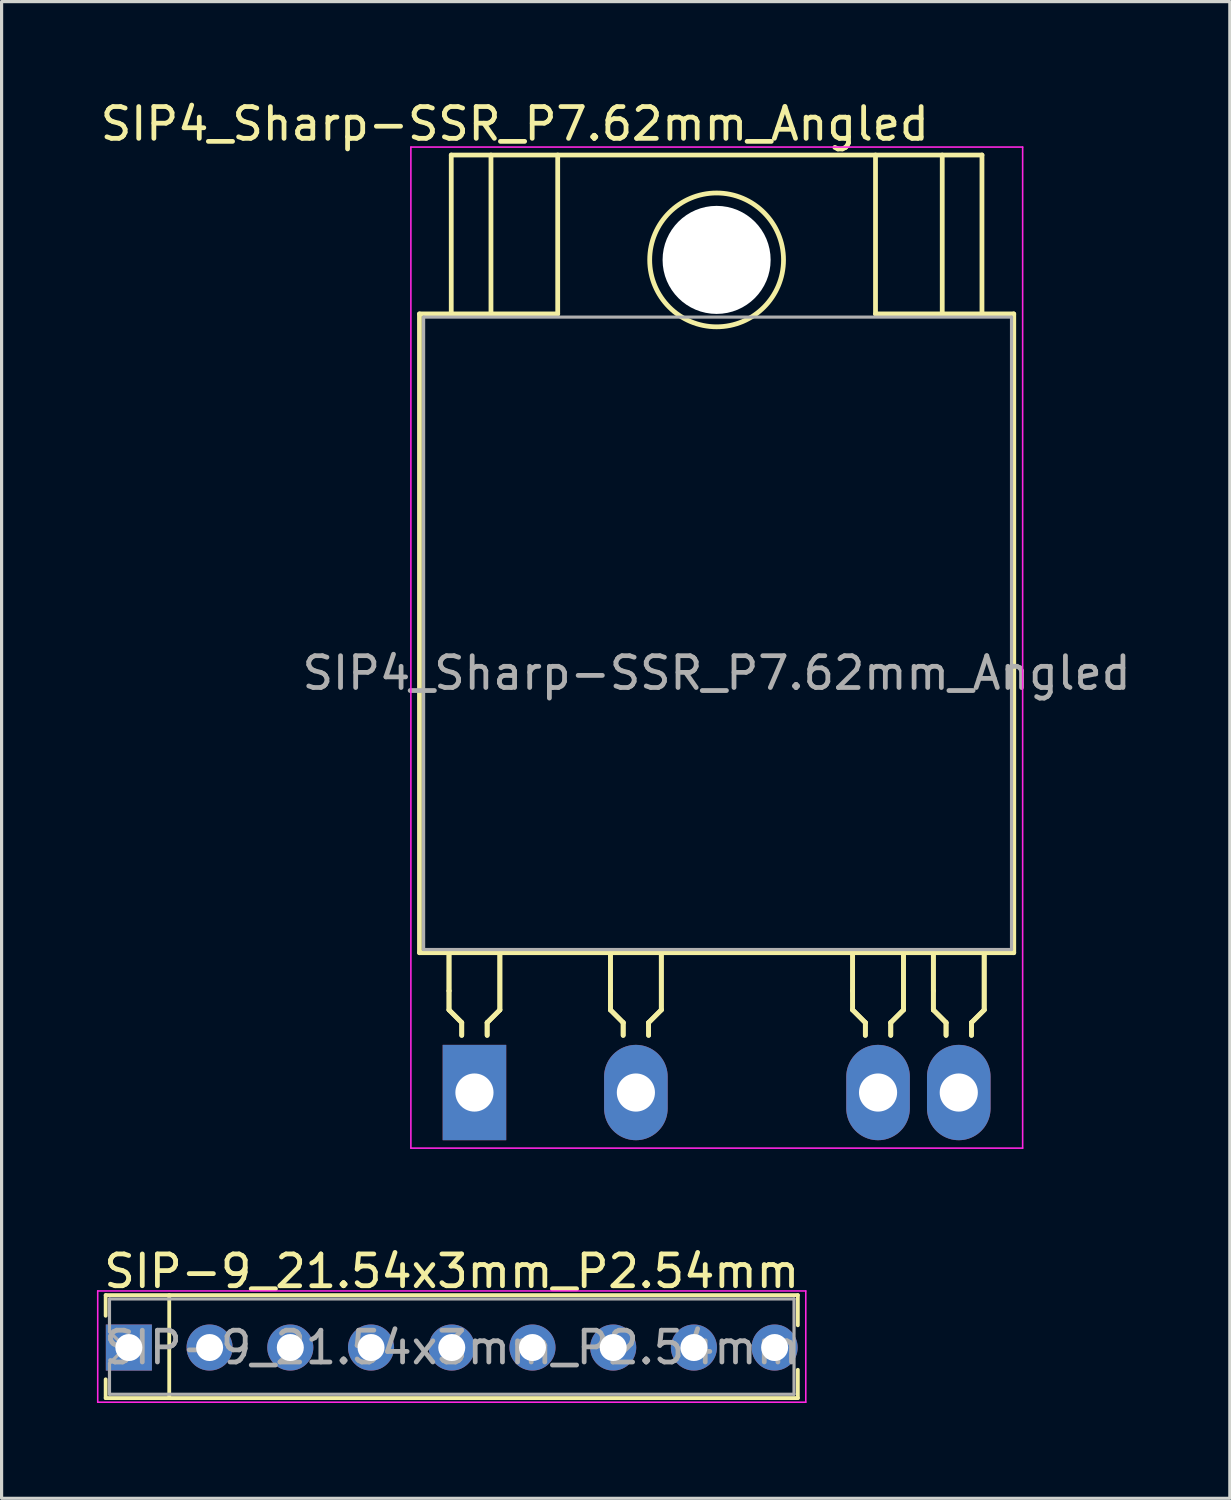
<source format=kicad_pcb>
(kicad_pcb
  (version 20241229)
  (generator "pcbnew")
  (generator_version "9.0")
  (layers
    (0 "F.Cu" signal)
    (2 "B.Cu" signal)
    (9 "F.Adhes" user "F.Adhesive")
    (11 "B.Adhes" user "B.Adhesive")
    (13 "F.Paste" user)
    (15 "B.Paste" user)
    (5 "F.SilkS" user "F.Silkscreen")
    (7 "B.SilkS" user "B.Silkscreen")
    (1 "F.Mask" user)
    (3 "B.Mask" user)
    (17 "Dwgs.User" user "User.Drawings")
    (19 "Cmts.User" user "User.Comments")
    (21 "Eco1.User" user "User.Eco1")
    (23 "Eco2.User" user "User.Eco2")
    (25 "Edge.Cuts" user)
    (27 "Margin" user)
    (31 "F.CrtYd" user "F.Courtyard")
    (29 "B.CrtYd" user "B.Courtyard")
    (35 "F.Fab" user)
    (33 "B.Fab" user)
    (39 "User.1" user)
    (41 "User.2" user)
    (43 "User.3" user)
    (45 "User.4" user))
  (footprint "SIP4_Sharp-SSR_P7.62mm_Angled"
    (layer "F.Cu")
    (at 11.879 31.328)
    (property "Reference" "SIP4_Sharp-SSR_P7.62mm_Angled" (at 1.27 -30.48 0) (layer "F.SilkS") (effects (font (size 1 1) (thickness 0.15))))
    (attr through_hole)
    (fp_line (start -1.73 -24.5) (end 2.62 -24.5) (stroke (width 0.15) (type solid)) (layer "F.SilkS"))
    (fp_line (start -1.73 -4.4) (end -1.73 -24.5) (stroke (width 0.15) (type solid)) (layer "F.SilkS"))
    (fp_line (start -0.8 -3.2) (end -0.8 -4.4) (stroke (width 0.15) (type solid)) (layer "F.SilkS"))
    (fp_line (start -0.8 -3.2) (end -0.8 -4.4) (stroke (width 0.15) (type solid)) (layer "F.SilkS"))
    (fp_line (start -0.8 -2.6) (end -0.8 -3.2) (stroke (width 0.15) (type solid)) (layer "F.SilkS"))
    (fp_line (start -0.8 -2.6) (end -0.8 -3.2) (stroke (width 0.15) (type solid)) (layer "F.SilkS"))
    (fp_line (start -0.73 -29.5) (end 15.97 -29.5) (stroke (width 0.15) (type solid)) (layer "F.SilkS"))
    (fp_line (start -0.73 -24.5) (end -0.73 -29.5) (stroke (width 0.15) (type solid)) (layer "F.SilkS"))
    (fp_line (start -0.4 -2.2) (end -0.8 -2.6) (stroke (width 0.15) (type solid)) (layer "F.SilkS"))
    (fp_line (start -0.4 -2.2) (end -0.8 -2.6) (stroke (width 0.15) (type solid)) (layer "F.SilkS"))
    (fp_line (start -0.4 -2.2) (end -0.4 -1.8) (stroke (width 0.15) (type solid)) (layer "F.SilkS"))
    (fp_line (start -0.4 -2.2) (end -0.4 -1.8) (stroke (width 0.15) (type solid)) (layer "F.SilkS"))
    (fp_line (start 0.4 -2.2) (end 0.8 -2.6) (stroke (width 0.15) (type solid)) (layer "F.SilkS"))
    (fp_line (start 0.4 -2.2) (end 0.8 -2.6) (stroke (width 0.15) (type solid)) (layer "F.SilkS"))
    (fp_line (start 0.4 -1.8) (end 0.4 -2.2) (stroke (width 0.15) (type solid)) (layer "F.SilkS"))
    (fp_line (start 0.4 -1.8) (end 0.4 -2.2) (stroke (width 0.15) (type solid)) (layer "F.SilkS"))
    (fp_line (start 0.52 -24.5) (end 0.52 -29.5) (stroke (width 0.15) (type solid)) (layer "F.SilkS"))
    (fp_line (start 0.8 -2.6) (end 0.8 -4.4) (stroke (width 0.15) (type solid)) (layer "F.SilkS"))
    (fp_line (start 0.8 -2.6) (end 0.8 -4.4) (stroke (width 0.15) (type solid)) (layer "F.SilkS"))
    (fp_line (start 2.62 -29.5) (end 2.62 -24.5) (stroke (width 0.15) (type solid)) (layer "F.SilkS"))
    (fp_line (start 4.28 -3.2) (end 4.28 -4.4) (stroke (width 0.15) (type solid)) (layer "F.SilkS"))
    (fp_line (start 4.28 -3.2) (end 4.28 -4.4) (stroke (width 0.15) (type solid)) (layer "F.SilkS"))
    (fp_line (start 4.28 -2.6) (end 4.28 -3.2) (stroke (width 0.15) (type solid)) (layer "F.SilkS"))
    (fp_line (start 4.28 -2.6) (end 4.28 -3.2) (stroke (width 0.15) (type solid)) (layer "F.SilkS"))
    (fp_line (start 4.68 -2.2) (end 4.28 -2.6) (stroke (width 0.15) (type solid)) (layer "F.SilkS"))
    (fp_line (start 4.68 -2.2) (end 4.28 -2.6) (stroke (width 0.15) (type solid)) (layer "F.SilkS"))
    (fp_line (start 4.68 -2.2) (end 4.68 -1.8) (stroke (width 0.15) (type solid)) (layer "F.SilkS"))
    (fp_line (start 4.68 -2.2) (end 4.68 -1.8) (stroke (width 0.15) (type solid)) (layer "F.SilkS"))
    (fp_line (start 5.48 -2.2) (end 5.88 -2.6) (stroke (width 0.15) (type solid)) (layer "F.SilkS"))
    (fp_line (start 5.48 -2.2) (end 5.88 -2.6) (stroke (width 0.15) (type solid)) (layer "F.SilkS"))
    (fp_line (start 5.48 -1.8) (end 5.48 -2.2) (stroke (width 0.15) (type solid)) (layer "F.SilkS"))
    (fp_line (start 5.48 -1.8) (end 5.48 -2.2) (stroke (width 0.15) (type solid)) (layer "F.SilkS"))
    (fp_line (start 5.88 -2.6) (end 5.88 -4.4) (stroke (width 0.15) (type solid)) (layer "F.SilkS"))
    (fp_line (start 5.88 -2.6) (end 5.88 -4.4) (stroke (width 0.15) (type solid)) (layer "F.SilkS"))
    (fp_line (start 11.9 -3.2) (end 11.9 -4.4) (stroke (width 0.15) (type solid)) (layer "F.SilkS"))
    (fp_line (start 11.9 -3.2) (end 11.9 -4.4) (stroke (width 0.15) (type solid)) (layer "F.SilkS"))
    (fp_line (start 11.9 -2.6) (end 11.9 -3.2) (stroke (width 0.15) (type solid)) (layer "F.SilkS"))
    (fp_line (start 11.9 -2.6) (end 11.9 -3.2) (stroke (width 0.15) (type solid)) (layer "F.SilkS"))
    (fp_line (start 12.3 -2.2) (end 11.9 -2.6) (stroke (width 0.15) (type solid)) (layer "F.SilkS"))
    (fp_line (start 12.3 -2.2) (end 11.9 -2.6) (stroke (width 0.15) (type solid)) (layer "F.SilkS"))
    (fp_line (start 12.3 -2.2) (end 12.3 -1.8) (stroke (width 0.15) (type solid)) (layer "F.SilkS"))
    (fp_line (start 12.3 -2.2) (end 12.3 -1.8) (stroke (width 0.15) (type solid)) (layer "F.SilkS"))
    (fp_line (start 12.62 -29.5) (end 12.62 -24.5) (stroke (width 0.15) (type solid)) (layer "F.SilkS"))
    (fp_line (start 12.62 -24.5) (end 16.97 -24.5) (stroke (width 0.15) (type solid)) (layer "F.SilkS"))
    (fp_line (start 13.1 -2.2) (end 13.5 -2.6) (stroke (width 0.15) (type solid)) (layer "F.SilkS"))
    (fp_line (start 13.1 -2.2) (end 13.5 -2.6) (stroke (width 0.15) (type solid)) (layer "F.SilkS"))
    (fp_line (start 13.1 -1.8) (end 13.1 -2.2) (stroke (width 0.15) (type solid)) (layer "F.SilkS"))
    (fp_line (start 13.1 -1.8) (end 13.1 -2.2) (stroke (width 0.15) (type solid)) (layer "F.SilkS"))
    (fp_line (start 13.5 -2.6) (end 13.5 -4.4) (stroke (width 0.15) (type solid)) (layer "F.SilkS"))
    (fp_line (start 13.5 -2.6) (end 13.5 -4.4) (stroke (width 0.15) (type solid)) (layer "F.SilkS"))
    (fp_line (start 14.44 -3.2) (end 14.44 -4.4) (stroke (width 0.15) (type solid)) (layer "F.SilkS"))
    (fp_line (start 14.44 -3.2) (end 14.44 -4.4) (stroke (width 0.15) (type solid)) (layer "F.SilkS"))
    (fp_line (start 14.44 -2.6) (end 14.44 -3.2) (stroke (width 0.15) (type solid)) (layer "F.SilkS"))
    (fp_line (start 14.44 -2.6) (end 14.44 -3.2) (stroke (width 0.15) (type solid)) (layer "F.SilkS"))
    (fp_line (start 14.72 -24.5) (end 14.72 -29.5) (stroke (width 0.15) (type solid)) (layer "F.SilkS"))
    (fp_line (start 14.84 -2.2) (end 14.44 -2.6) (stroke (width 0.15) (type solid)) (layer "F.SilkS"))
    (fp_line (start 14.84 -2.2) (end 14.44 -2.6) (stroke (width 0.15) (type solid)) (layer "F.SilkS"))
    (fp_line (start 14.84 -2.2) (end 14.84 -1.8) (stroke (width 0.15) (type solid)) (layer "F.SilkS"))
    (fp_line (start 14.84 -2.2) (end 14.84 -1.8) (stroke (width 0.15) (type solid)) (layer "F.SilkS"))
    (fp_line (start 15.64 -2.2) (end 16.04 -2.6) (stroke (width 0.15) (type solid)) (layer "F.SilkS"))
    (fp_line (start 15.64 -2.2) (end 16.04 -2.6) (stroke (width 0.15) (type solid)) (layer "F.SilkS"))
    (fp_line (start 15.64 -1.8) (end 15.64 -2.2) (stroke (width 0.15) (type solid)) (layer "F.SilkS"))
    (fp_line (start 15.64 -1.8) (end 15.64 -2.2) (stroke (width 0.15) (type solid)) (layer "F.SilkS"))
    (fp_line (start 15.97 -24.5) (end 15.97 -29.5) (stroke (width 0.15) (type solid)) (layer "F.SilkS"))
    (fp_line (start 16.04 -2.6) (end 16.04 -4.4) (stroke (width 0.15) (type solid)) (layer "F.SilkS"))
    (fp_line (start 16.04 -2.6) (end 16.04 -4.4) (stroke (width 0.15) (type solid)) (layer "F.SilkS"))
    (fp_line (start 16.97 -24.5) (end 16.97 -4.4) (stroke (width 0.15) (type solid)) (layer "F.SilkS"))
    (fp_line (start 16.97 -4.4) (end -1.73 -4.4) (stroke (width 0.15) (type solid)) (layer "F.SilkS"))
    (fp_circle (center 7.62 -26.2) (end 9.35 -27.4) (stroke (width 0.15) (type solid)) (fill no) (layer "F.SilkS"))
    (fp_line (start -2 -29.75) (end 17.25 -29.75) (stroke (width 0.05) (type solid)) (layer "F.CrtYd"))
    (fp_line (start -2 1.75) (end -2 -29.75) (stroke (width 0.05) (type solid)) (layer "F.CrtYd"))
    (fp_line (start 17.25 -29.75) (end 17.25 1.75) (stroke (width 0.05) (type solid)) (layer "F.CrtYd"))
    (fp_line (start 17.25 1.75) (end -2 1.75) (stroke (width 0.05) (type solid)) (layer "F.CrtYd"))
    (fp_line (start -1.6 -24.4) (end 16.9 -24.4) (stroke (width 0.1) (type solid)) (layer "F.Fab"))
    (fp_line (start -1.6 -4.5) (end -1.6 -24.4) (stroke (width 0.1) (type solid)) (layer "F.Fab"))
    (fp_line (start 16.9 -24.4) (end 16.9 -4.5) (stroke (width 0.1) (type solid)) (layer "F.Fab"))
    (fp_line (start 16.9 -4.5) (end -1.6 -4.5) (stroke (width 0.1) (type solid)) (layer "F.Fab"))
    (fp_text user "${REFERENCE}" (at 7.62 -13.2 0) (layer "F.Fab") (effects (font (size 1 1) (thickness 0.15))))
    (pad "" np_thru_hole circle (at 7.62 -26.2) (size 3.4 3.4) (drill 3.4) (layers "*.Cu" "*.Mask"))
    (pad "1" thru_hole rect (at 0 0) (size 2 3) (drill 1.2) (layers "*.Cu" "*.Mask"))
    (pad "2" thru_hole oval (at 5.08 0) (size 2 3) (drill 1.2) (layers "*.Cu" "*.Mask"))
    (pad "3" thru_hole oval (at 12.7 0) (size 2 3) (drill 1.2) (layers "*.Cu" "*.Mask"))
    (pad "4" thru_hole oval (at 15.24 0) (size 2 3) (drill 1.2) (layers "*.Cu" "*.Mask")))
  (footprint "SIP-9_21.54x3mm_P2.54mm"
    (layer "F.Cu")
    (at 1.005 39.352)
    (property "Reference" "SIP-9_21.54x3mm_P2.54mm" (at 10.16 -2.4 0) (layer "F.SilkS") (effects (font (size 1 1) (thickness 0.15))))
    (attr through_hole)
    (fp_line (start -0.73 -1.65) (end -0.73 -1) (stroke (width 0.12) (type solid)) (layer "F.SilkS"))
    (fp_line (start -0.73 1.59) (end -0.73 1) (stroke (width 0.12) (type solid)) (layer "F.SilkS"))
    (fp_line (start 1.27 1.59) (end 1.27 -1.65) (stroke (width 0.12) (type solid)) (layer "F.SilkS"))
    (fp_line (start 21.05 -1.65) (end -0.73 -1.65) (stroke (width 0.12) (type solid)) (layer "F.SilkS"))
    (fp_line (start 21.05 -1.65) (end 21.05 -0.7) (stroke (width 0.12) (type solid)) (layer "F.SilkS"))
    (fp_line (start 21.05 1.59) (end -0.73 1.59) (stroke (width 0.12) (type solid)) (layer "F.SilkS"))
    (fp_line (start 21.05 1.59) (end 21.05 0.7) (stroke (width 0.12) (type solid)) (layer "F.SilkS"))
    (fp_line (start -0.98 -1.78) (end 21.3 -1.78) (stroke (width 0.05) (type solid)) (layer "F.CrtYd"))
    (fp_line (start -0.98 1.72) (end -0.98 -1.78) (stroke (width 0.05) (type solid)) (layer "F.CrtYd"))
    (fp_line (start 21.3 -1.78) (end 21.3 1.72) (stroke (width 0.05) (type solid)) (layer "F.CrtYd"))
    (fp_line (start 21.3 1.72) (end -0.98 1.72) (stroke (width 0.05) (type solid)) (layer "F.CrtYd"))
    (fp_line (start -0.61 -1.53) (end -0.61 -0.5) (stroke (width 0.1) (type solid)) (layer "F.Fab"))
    (fp_line (start -0.61 -0.5) (end -0.11 0) (stroke (width 0.1) (type solid)) (layer "F.Fab"))
    (fp_line (start -0.61 0.5) (end -0.61 1.47) (stroke (width 0.1) (type solid)) (layer "F.Fab"))
    (fp_line (start -0.11 0) (end -0.61 0.5) (stroke (width 0.1) (type solid)) (layer "F.Fab"))
    (fp_line (start 20.93 -1.53) (end -0.61 -1.53) (stroke (width 0.1) (type solid)) (layer "F.Fab"))
    (fp_line (start 20.93 -1.53) (end 20.93 1.47) (stroke (width 0.1) (type solid)) (layer "F.Fab"))
    (fp_line (start 20.93 1.47) (end -0.61 1.47) (stroke (width 0.1) (type solid)) (layer "F.Fab"))
    (fp_text user "${REFERENCE}" (at 10.16 0 0) (layer "F.Fab") (effects (font (size 1 1) (thickness 0.15))))
    (pad "1" thru_hole rect (at 0 0 90) (size 1.45 1.45) (drill 0.85) (layers "*.Cu" "*.Mask"))
    (pad "2" thru_hole circle (at 2.54 0 90) (size 1.45 1.45) (drill 0.85) (layers "*.Cu" "*.Mask"))
    (pad "3" thru_hole circle (at 5.08 0 90) (size 1.45 1.45) (drill 0.85) (layers "*.Cu" "*.Mask"))
    (pad "4" thru_hole circle (at 7.62 0 90) (size 1.45 1.45) (drill 0.85) (layers "*.Cu" "*.Mask"))
    (pad "5" thru_hole circle (at 10.16 0 90) (size 1.45 1.45) (drill 0.85) (layers "*.Cu" "*.Mask"))
    (pad "6" thru_hole circle (at 12.7 0 90) (size 1.45 1.45) (drill 0.85) (layers "*.Cu" "*.Mask"))
    (pad "7" thru_hole circle (at 15.24 0 90) (size 1.45 1.45) (drill 0.85) (layers "*.Cu" "*.Mask"))
    (pad "8" thru_hole circle (at 17.78 0 90) (size 1.45 1.45) (drill 0.85) (layers "*.Cu" "*.Mask"))
    (pad "9" thru_hole circle (at 20.32 0 90) (size 1.45 1.45) (drill 0.85) (layers "*.Cu" "*.Mask")))
  (gr_rect
    (start -3 -3)
    (end 35.648 44.096)
    (stroke (width 0.1) (type default))
    (fill no)
    (layer "Edge.Cuts")))
</source>
